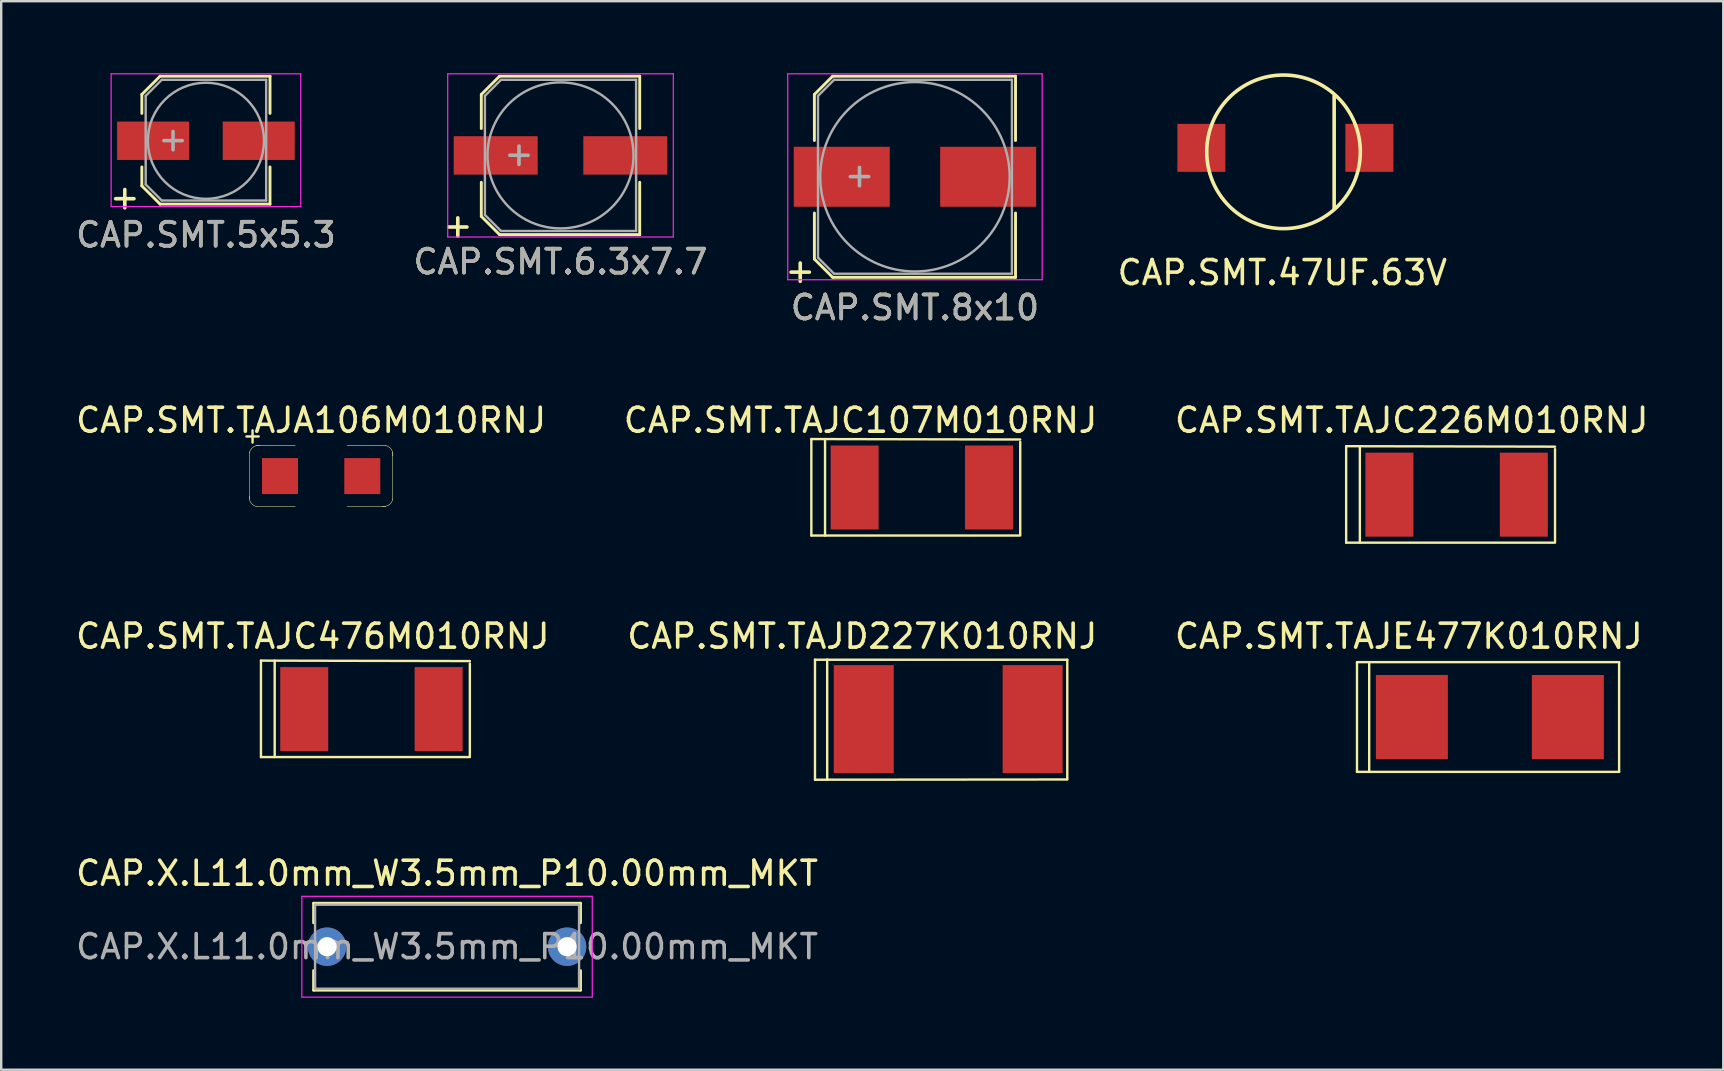
<source format=kicad_pcb>
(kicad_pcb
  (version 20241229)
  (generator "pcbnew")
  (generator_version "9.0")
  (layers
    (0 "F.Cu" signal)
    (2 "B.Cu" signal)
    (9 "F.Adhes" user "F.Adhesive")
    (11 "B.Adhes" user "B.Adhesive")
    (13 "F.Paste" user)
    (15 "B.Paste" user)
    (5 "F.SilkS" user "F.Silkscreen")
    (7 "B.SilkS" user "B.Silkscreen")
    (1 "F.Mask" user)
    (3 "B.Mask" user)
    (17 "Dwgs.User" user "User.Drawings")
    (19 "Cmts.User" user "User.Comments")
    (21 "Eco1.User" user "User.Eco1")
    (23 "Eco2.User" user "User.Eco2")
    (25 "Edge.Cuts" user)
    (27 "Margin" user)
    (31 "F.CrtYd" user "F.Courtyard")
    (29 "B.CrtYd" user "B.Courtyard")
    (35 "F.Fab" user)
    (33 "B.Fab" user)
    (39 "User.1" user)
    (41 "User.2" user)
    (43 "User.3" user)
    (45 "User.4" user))
  (footprint "CAP.X.L11.0mm_W3.5mm_P10.00mm_MKT"
    (layer "F.Cu")
    (at 15.53 36.522)
    (property "Reference" "CAP.X.L11.0mm_W3.5mm_P10.00mm_MKT" (at 0.047 -3.187 0) (layer "F.SilkS") (effects (font (size 1 1) (thickness 0.15))))
    (attr through_hole)
    (fp_line (start -5.513 -1.937) (end -5.513 -1.123) (stroke (width 0.12) (type solid)) (layer "F.SilkS"))
    (fp_line (start -5.513 -1.937) (end 5.607 -1.937) (stroke (width 0.12) (type solid)) (layer "F.SilkS"))
    (fp_line (start -5.513 0.869) (end -5.513 1.683) (stroke (width 0.12) (type solid)) (layer "F.SilkS"))
    (fp_line (start -5.513 1.683) (end 5.607 1.683) (stroke (width 0.12) (type solid)) (layer "F.SilkS"))
    (fp_line (start 5.607 -1.937) (end 5.607 -1.123) (stroke (width 0.12) (type solid)) (layer "F.SilkS"))
    (fp_line (start 5.607 0.869) (end 5.607 1.683) (stroke (width 0.12) (type solid)) (layer "F.SilkS"))
    (fp_line (start -6.003 -2.227) (end -6.003 1.973) (stroke (width 0.05) (type solid)) (layer "F.CrtYd"))
    (fp_line (start -6.003 1.973) (end 6.097 1.973) (stroke (width 0.05) (type solid)) (layer "F.CrtYd"))
    (fp_line (start 6.097 -2.227) (end -6.003 -2.227) (stroke (width 0.05) (type solid)) (layer "F.CrtYd"))
    (fp_line (start 6.097 1.973) (end 6.097 -2.227) (stroke (width 0.05) (type solid)) (layer "F.CrtYd"))
    (fp_line (start -5.453 -1.877) (end -5.453 1.623) (stroke (width 0.1) (type solid)) (layer "F.Fab"))
    (fp_line (start -5.453 1.623) (end 5.547 1.623) (stroke (width 0.1) (type solid)) (layer "F.Fab"))
    (fp_line (start 5.547 -1.877) (end -5.453 -1.877) (stroke (width 0.1) (type solid)) (layer "F.Fab"))
    (fp_line (start 5.547 1.623) (end 5.547 -1.877) (stroke (width 0.1) (type solid)) (layer "F.Fab"))
    (fp_text user "${REFERENCE}" (at 0.047 -0.127 0) (layer "F.Fab") (effects (font (size 1 1) (thickness 0.15))))
    (pad "1" thru_hole circle (at -4.953 -0.127) (size 1.6 1.6) (drill 0.8) (layers "*.Cu" "*.Mask"))
    (pad "2" thru_hole circle (at 5.047 -0.127) (size 1.6 1.6) (drill 0.8) (layers "*.Cu" "*.Mask")))
  (footprint "CAP.SMT.5x5.3"
    (layer "F.Cu")
    (at 5.53 2.815)
    (property "Reference" "CAP.SMT.5x5.3" (at 0 3.92 0) (layer "F.SilkS") (effects (font (size 1 1) (thickness 0.15))))
    (attr smd)
    (fp_line (start -2.67 -1.93) (end -2.67 -1.14) (stroke (width 0.12) (type solid)) (layer "F.SilkS"))
    (fp_line (start -2.67 1.88) (end -2.67 1.09) (stroke (width 0.12) (type solid)) (layer "F.SilkS"))
    (fp_line (start -2.67 1.88) (end -1.91 2.64) (stroke (width 0.12) (type solid)) (layer "F.SilkS"))
    (fp_line (start -1.91 -2.69) (end -2.67 -1.93) (stroke (width 0.12) (type solid)) (layer "F.SilkS"))
    (fp_line (start -1.91 2.64) (end 2.67 2.64) (stroke (width 0.12) (type solid)) (layer "F.SilkS"))
    (fp_line (start 2.67 -2.69) (end -1.91 -2.69) (stroke (width 0.12) (type solid)) (layer "F.SilkS"))
    (fp_line (start 2.67 -2.69) (end 2.67 -1.14) (stroke (width 0.12) (type solid)) (layer "F.SilkS"))
    (fp_line (start 2.67 2.64) (end 2.67 1.09) (stroke (width 0.12) (type solid)) (layer "F.SilkS"))
    (fp_line (start -3.95 -2.79) (end -3.95 2.74) (stroke (width 0.05) (type solid)) (layer "F.CrtYd"))
    (fp_line (start -3.95 -2.79) (end 3.95 -2.79) (stroke (width 0.05) (type solid)) (layer "F.CrtYd"))
    (fp_line (start 3.95 2.74) (end -3.95 2.74) (stroke (width 0.05) (type solid)) (layer "F.CrtYd"))
    (fp_line (start 3.95 2.74) (end 3.95 -2.79) (stroke (width 0.05) (type solid)) (layer "F.CrtYd"))
    (fp_line (start -2.51 -1.87) (end -2.51 1.82) (stroke (width 0.1) (type solid)) (layer "F.Fab"))
    (fp_line (start -2.51 1.82) (end -1.84 2.49) (stroke (width 0.1) (type solid)) (layer "F.Fab"))
    (fp_line (start -1.84 -2.54) (end -2.51 -1.87) (stroke (width 0.1) (type solid)) (layer "F.Fab"))
    (fp_line (start -1.84 2.49) (end 2.51 2.49) (stroke (width 0.1) (type solid)) (layer "F.Fab"))
    (fp_line (start 2.51 -2.54) (end -1.84 -2.54) (stroke (width 0.1) (type solid)) (layer "F.Fab"))
    (fp_line (start 2.51 2.49) (end 2.51 -2.54) (stroke (width 0.1) (type solid)) (layer "F.Fab"))
    (fp_circle (center 0 0) (end 0.3 2.4) (stroke (width 0.1) (type solid)) (fill no) (layer "F.Fab"))
    (fp_text user "+" (at -3.38 2.34 0) (layer "F.SilkS") (effects (font (size 1 1) (thickness 0.15))))
    (fp_text user "+" (at -1.37 -0.08 0) (layer "F.Fab") (effects (font (size 1 1) (thickness 0.15))))
    (fp_text user "${REFERENCE}" (at 0 3.92 0) (layer "F.Fab") (effects (font (size 1 1) (thickness 0.15))))
    (pad "1" smd rect (at -2.2 0 180) (size 3 1.6) (layers "F.Cu" "F.Mask" "F.Paste"))
    (pad "2" smd rect (at 2.2 0 180) (size 3 1.6) (layers "F.Cu" "F.Mask" "F.Paste")))
  (footprint "CAP.SMT.TAJE477K010RNJ"
    (layer "F.Cu")
    (at 58.887 26.888)
    (property "Reference" "CAP.SMT.TAJE477K010RNJ" (at -3.239 -3.429 0) (layer "F.SilkS") (effects (font (size 1 1) (thickness 0.15))))
    (attr through_hole)
    (fp_line (start -5.397 -2.349) (end 5.524 -2.349) (stroke (width 0.1) (type solid)) (layer "F.SilkS"))
    (fp_line (start -5.397 2.223) (end -5.397 -2.349) (stroke (width 0.1) (type solid)) (layer "F.SilkS"))
    (fp_line (start -5.397 2.223) (end 5.524 2.223) (stroke (width 0.1) (type solid)) (layer "F.SilkS"))
    (fp_line (start -4.889 2.223) (end -4.889 -2.349) (stroke (width 0.1) (type solid)) (layer "F.SilkS"))
    (fp_line (start 5.524 2.223) (end 5.524 -2.349) (stroke (width 0.1) (type solid)) (layer "F.SilkS"))
    (pad "1" smd rect (at -3.111 -0.064 90) (size 3.5 3) (layers "F.Cu" "F.Mask" "F.Paste"))
    (pad "2" smd rect (at 3.389 -0.064 90) (size 3.5 3) (layers "F.Cu" "F.Mask" "F.Paste")))
  (footprint "CAP.SMT.47UF.63V"
    (layer "F.Cu")
    (at 50.379 3.11)
    (property "Reference" "CAP.SMT.47UF.63V" (at 0 5.199 0) (layer "F.SilkS") (effects (font (size 1 1) (thickness 0.15))))
    (attr through_hole)
    (fp_line (start 2.159 2.54) (end 2.159 -2.159) (stroke (width 0.15) (type solid)) (layer "F.SilkS"))
    (fp_circle (center 0.05 0.166) (end 3.25 0.166) (stroke (width 0.15) (type solid)) (fill no) (layer "F.SilkS"))
    (pad "1" smd rect (at -3.373 0 90) (size 2 2) (layers "F.Cu" "F.Mask" "F.Paste"))
    (pad "2" smd rect (at 3.627 0 90) (size 2 2) (layers "F.Cu" "F.Mask" "F.Paste")))
  (footprint "CAP.SMT.TAJC107M010RNJ"
    (layer "F.Cu")
    (at 35.454 17.262)
    (property "Reference" "CAP.SMT.TAJC107M010RNJ" (at -2.65 -2.8 0) (layer "F.SilkS") (effects (font (size 1 1) (thickness 0.15))))
    (attr through_hole)
    (fp_line (start -4.699 -2.019) (end 4.004 -2) (stroke (width 0.1) (type solid)) (layer "F.SilkS"))
    (fp_line (start -4.699 2) (end -4.699 -2.019) (stroke (width 0.1) (type solid)) (layer "F.SilkS"))
    (fp_line (start -4.699 2) (end 4.004 2) (stroke (width 0.1) (type solid)) (layer "F.SilkS"))
    (fp_line (start -4.128 2) (end -4.128 -2.019) (stroke (width 0.1) (type solid)) (layer "F.SilkS"))
    (fp_line (start 4.004 1.961) (end 4.004 -1.9) (stroke (width 0.1) (type solid)) (layer "F.SilkS"))
    (pad "1" smd rect (at -2.896 0 90) (size 3.5 2) (layers "F.Cu" "F.Mask" "F.Paste"))
    (pad "2" smd rect (at 2.704 0 90) (size 3.5 2) (layers "F.Cu" "F.Mask" "F.Paste")))
  (footprint "CAP.SMT.6.3x7.7"
    (layer "F.Cu")
    (at 20.304 3.425)
    (property "Reference" "CAP.SMT.6.3x7.7" (at 0 4.43 0) (layer "F.SilkS") (effects (font (size 1 1) (thickness 0.15))))
    (attr smd)
    (fp_line (start -3.3 -2.54) (end -3.3 -1.12) (stroke (width 0.12) (type solid)) (layer "F.SilkS"))
    (fp_line (start -3.3 -2.54) (end -2.54 -3.3) (stroke (width 0.12) (type solid)) (layer "F.SilkS"))
    (fp_line (start -3.3 2.54) (end -3.3 1.12) (stroke (width 0.12) (type solid)) (layer "F.SilkS"))
    (fp_line (start -2.54 -3.3) (end 3.3 -3.3) (stroke (width 0.12) (type solid)) (layer "F.SilkS"))
    (fp_line (start -2.54 3.3) (end -3.3 2.54) (stroke (width 0.12) (type solid)) (layer "F.SilkS"))
    (fp_line (start 3.3 -3.3) (end 3.3 -1.12) (stroke (width 0.12) (type solid)) (layer "F.SilkS"))
    (fp_line (start 3.3 3.3) (end -2.54 3.3) (stroke (width 0.12) (type solid)) (layer "F.SilkS"))
    (fp_line (start 3.3 3.3) (end 3.3 1.12) (stroke (width 0.12) (type solid)) (layer "F.SilkS"))
    (fp_line (start -4.7 -3.4) (end -4.7 3.4) (stroke (width 0.05) (type solid)) (layer "F.CrtYd"))
    (fp_line (start -4.7 -3.4) (end 4.7 -3.4) (stroke (width 0.05) (type solid)) (layer "F.CrtYd"))
    (fp_line (start 4.7 3.4) (end -4.7 3.4) (stroke (width 0.05) (type solid)) (layer "F.CrtYd"))
    (fp_line (start 4.7 3.4) (end 4.7 -3.4) (stroke (width 0.05) (type solid)) (layer "F.CrtYd"))
    (fp_line (start -3.15 -2.48) (end -3.15 2.48) (stroke (width 0.1) (type solid)) (layer "F.Fab"))
    (fp_line (start -3.15 2.48) (end -2.48 3.15) (stroke (width 0.1) (type solid)) (layer "F.Fab"))
    (fp_line (start -2.48 -3.15) (end -3.15 -2.48) (stroke (width 0.1) (type solid)) (layer "F.Fab"))
    (fp_line (start -2.48 3.15) (end 3.15 3.15) (stroke (width 0.1) (type solid)) (layer "F.Fab"))
    (fp_line (start 3.15 -3.15) (end -2.48 -3.15) (stroke (width 0.1) (type solid)) (layer "F.Fab"))
    (fp_line (start 3.15 3.15) (end 3.15 -3.15) (stroke (width 0.1) (type solid)) (layer "F.Fab"))
    (fp_circle (center 0 0) (end 0.5 3) (stroke (width 0.1) (type solid)) (fill no) (layer "F.Fab"))
    (fp_text user "+" (at -4.28 2.91 0) (layer "F.SilkS") (effects (font (size 1 1) (thickness 0.15))))
    (fp_text user "${REFERENCE}" (at 0 4.43 0) (layer "F.Fab") (effects (font (size 1 1) (thickness 0.15))))
    (fp_text user "+" (at -1.73 -0.08 0) (layer "F.Fab") (effects (font (size 1 1) (thickness 0.15))))
    (pad "1" smd rect (at -2.7 0 180) (size 3.5 1.6) (layers "F.Cu" "F.Mask" "F.Paste"))
    (pad "2" smd rect (at 2.7 0 180) (size 3.5 1.6) (layers "F.Cu" "F.Mask" "F.Paste")))
  (footprint "CAP.SMT.TAJA106M010RNJ"
    (layer "F.Cu")
    (at 10.419 16.875)
    (property "Reference" "CAP.SMT.TAJA106M010RNJ" (at -0.508 -2.413 0) (layer "F.SilkS") (effects (font (size 1 1) (thickness 0.15))))
    (attr through_hole)
    (fp_line (start -3.2 -1.74) (end -2.692 -1.74) (stroke (width 0.1) (type solid)) (layer "F.SilkS"))
    (fp_line (start -3.073 0.877) (end -3.073 -1.093) (stroke (width 0.02) (type solid)) (layer "F.SilkS"))
    (fp_line (start -2.946 -1.486) (end -2.946 -1.994) (stroke (width 0.1) (type solid)) (layer "F.SilkS"))
    (fp_line (start -2.807 -1.359) (end -1.168 -1.359) (stroke (width 0.02) (type solid)) (layer "F.SilkS"))
    (fp_line (start -2.769 1.181) (end -1.168 1.181) (stroke (width 0.02) (type solid)) (layer "F.SilkS"))
    (fp_line (start 0.991 -1.359) (end 2.616 -1.359) (stroke (width 0.02) (type solid)) (layer "F.SilkS"))
    (fp_line (start 0.991 1.181) (end 2.603 1.181) (stroke (width 0.02) (type solid)) (layer "F.SilkS"))
    (fp_line (start 2.896 0.889) (end 2.896 -1.079) (stroke (width 0.02) (type solid)) (layer "F.SilkS"))
    (fp_arc (start -3.07295 -1.054373) (mid -2.920198 -1.296004) (end -2.641327 -1.35885) (stroke (width 0.02) (type solid)) (layer "F.SilkS"))
    (fp_arc (start -2.768863 1.18105) (mid -3.010494 1.028298) (end -3.07334 0.749427) (stroke (width 0.02) (type solid)) (layer "F.SilkS"))
    (fp_arc (start 2.591473 -1.35845) (mid 2.833104 -1.205698) (end 2.89595 -0.926827) (stroke (width 0.02) (type solid)) (layer "F.SilkS"))
    (fp_arc (start 2.89595 0.863873) (mid 2.743198 1.105504) (end 2.464327 1.16835) (stroke (width 0.02) (type solid)) (layer "F.SilkS"))
    (pad "1" smd rect (at -1.803 -0.089) (size 1.5 1.5) (layers "F.Cu" "F.Mask" "F.Paste"))
    (pad "2" smd rect (at 1.626 -0.089) (size 1.5 1.5) (layers "F.Cu" "F.Mask" "F.Paste")))
  (footprint "CAP.SMT.TAJD227K010RNJ"
    (layer "F.Cu")
    (at 36.495 27.065)
    (property "Reference" "CAP.SMT.TAJD227K010RNJ" (at -3.619 -3.607 0) (layer "F.SilkS") (effects (font (size 1 1) (thickness 0.15))))
    (attr through_hole)
    (fp_line (start -5.588 -2.628) (end 4.923 -2.628) (stroke (width 0.1) (type solid)) (layer "F.SilkS"))
    (fp_line (start -5.588 2.372) (end -5.588 -2.628) (stroke (width 0.1) (type solid)) (layer "F.SilkS"))
    (fp_line (start -5.588 2.372) (end 4.92 2.362) (stroke (width 0.1) (type solid)) (layer "F.SilkS"))
    (fp_line (start -5.08 2.362) (end -5.08 -2.638) (stroke (width 0.1) (type solid)) (layer "F.SilkS"))
    (fp_line (start 4.923 2.348) (end 4.923 -2.628) (stroke (width 0.1) (type solid)) (layer "F.SilkS"))
    (pad "1" smd rect (at -3.556 -0.152 90) (size 4.5 2.5) (layers "F.Cu" "F.Mask" "F.Paste"))
    (pad "2" smd rect (at 3.48 -0.152 90) (size 4.5 2.5) (layers "F.Cu" "F.Mask" "F.Paste")))
  (footprint "CAP.SMT.8x10"
    (layer "F.Cu")
    (at 35.072 4.315)
    (property "Reference" "CAP.SMT.8x10" (at 0 5.45 0) (layer "F.SilkS") (effects (font (size 1 1) (thickness 0.15))))
    (attr smd)
    (fp_line (start -4.19 -3.43) (end -4.19 -1.51) (stroke (width 0.12) (type solid)) (layer "F.SilkS"))
    (fp_line (start -4.19 -3.43) (end -3.43 -4.19) (stroke (width 0.12) (type solid)) (layer "F.SilkS"))
    (fp_line (start -4.19 3.43) (end -4.19 1.51) (stroke (width 0.12) (type solid)) (layer "F.SilkS"))
    (fp_line (start -3.43 -4.19) (end 4.19 -4.19) (stroke (width 0.12) (type solid)) (layer "F.SilkS"))
    (fp_line (start -3.43 4.19) (end -4.19 3.43) (stroke (width 0.12) (type solid)) (layer "F.SilkS"))
    (fp_line (start 4.19 -4.19) (end 4.19 -1.51) (stroke (width 0.12) (type solid)) (layer "F.SilkS"))
    (fp_line (start 4.19 4.19) (end -3.43 4.19) (stroke (width 0.12) (type solid)) (layer "F.SilkS"))
    (fp_line (start 4.19 4.19) (end 4.19 1.51) (stroke (width 0.12) (type solid)) (layer "F.SilkS"))
    (fp_line (start -5.3 -4.29) (end -5.3 4.29) (stroke (width 0.05) (type solid)) (layer "F.CrtYd"))
    (fp_line (start -5.3 -4.29) (end 5.3 -4.29) (stroke (width 0.05) (type solid)) (layer "F.CrtYd"))
    (fp_line (start 5.3 4.29) (end -5.3 4.29) (stroke (width 0.05) (type solid)) (layer "F.CrtYd"))
    (fp_line (start 5.3 4.29) (end 5.3 -4.29) (stroke (width 0.05) (type solid)) (layer "F.CrtYd"))
    (fp_line (start -4.04 -3.37) (end -4.04 3.37) (stroke (width 0.1) (type solid)) (layer "F.Fab"))
    (fp_line (start -4.04 3.37) (end -3.37 4.04) (stroke (width 0.1) (type solid)) (layer "F.Fab"))
    (fp_line (start -3.37 -4.04) (end -4.04 -3.37) (stroke (width 0.1) (type solid)) (layer "F.Fab"))
    (fp_line (start -3.37 4.04) (end 4.04 4.04) (stroke (width 0.1) (type solid)) (layer "F.Fab"))
    (fp_line (start 4.04 -4.04) (end -3.37 -4.04) (stroke (width 0.1) (type solid)) (layer "F.Fab"))
    (fp_line (start 4.04 4.04) (end 4.04 -4.04) (stroke (width 0.1) (type solid)) (layer "F.Fab"))
    (fp_circle (center 0 0) (end -0.6 3.9) (stroke (width 0.1) (type solid)) (fill no) (layer "F.Fab"))
    (fp_text user "+" (at -4.78 3.9 0) (layer "F.SilkS") (effects (font (size 1 1) (thickness 0.15))))
    (fp_text user "+" (at -2.31 -0.08 0) (layer "F.Fab") (effects (font (size 1 1) (thickness 0.15))))
    (fp_text user "${REFERENCE}" (at 0 5.45 0) (layer "F.Fab") (effects (font (size 1 1) (thickness 0.15))))
    (pad "1" smd rect (at -3.05 0 180) (size 4 2.5) (layers "F.Cu" "F.Mask" "F.Paste"))
    (pad "2" smd rect (at 3.05 0 180) (size 4 2.5) (layers "F.Cu" "F.Mask" "F.Paste")))
  (footprint "CAP.SMT.TAJC476M010RNJ"
    (layer "F.Cu")
    (at 12.268 26.57)
    (property "Reference" "CAP.SMT.TAJC476M010RNJ" (at -2.286 -3.111 0) (layer "F.SilkS") (effects (font (size 1 1) (thickness 0.15))))
    (attr through_hole)
    (fp_line (start -4.445 -2.095) (end 4.258 -2.076) (stroke (width 0.1) (type solid)) (layer "F.SilkS"))
    (fp_line (start -4.445 1.924) (end -4.445 -2.095) (stroke (width 0.1) (type solid)) (layer "F.SilkS"))
    (fp_line (start -4.445 1.924) (end 4.258 1.924) (stroke (width 0.1) (type solid)) (layer "F.SilkS"))
    (fp_line (start -3.873 1.924) (end -3.873 -2.095) (stroke (width 0.1) (type solid)) (layer "F.SilkS"))
    (fp_line (start 4.258 1.885) (end 4.258 -1.976) (stroke (width 0.1) (type solid)) (layer "F.SilkS"))
    (pad "1" smd rect (at -2.642 -0.076 90) (size 3.5 2) (layers "F.Cu" "F.Mask" "F.Paste"))
    (pad "2" smd rect (at 2.958 -0.076 90) (size 3.5 2) (layers "F.Cu" "F.Mask" "F.Paste")))
  (footprint "CAP.SMT.TAJC226M010RNJ"
    (layer "F.Cu")
    (at 57.546 17.56)
    (property "Reference" "CAP.SMT.TAJC226M010RNJ" (at -1.778 -3.099 0) (layer "F.SilkS") (effects (font (size 1 1) (thickness 0.15))))
    (attr through_hole)
    (fp_line (start -4.508 -2.019) (end 4.195 -2) (stroke (width 0.1) (type solid)) (layer "F.SilkS"))
    (fp_line (start -4.508 2) (end -4.508 -2.019) (stroke (width 0.1) (type solid)) (layer "F.SilkS"))
    (fp_line (start -4.508 2) (end 4.195 2) (stroke (width 0.1) (type solid)) (layer "F.SilkS"))
    (fp_line (start -3.937 2) (end -3.937 -2.019) (stroke (width 0.1) (type solid)) (layer "F.SilkS"))
    (fp_line (start 4.195 1.961) (end 4.195 -1.9) (stroke (width 0.1) (type solid)) (layer "F.SilkS"))
    (pad "1" smd rect (at -2.705 0 90) (size 3.5 2) (layers "F.Cu" "F.Mask" "F.Paste"))
    (pad "2" smd rect (at 2.895 0 90) (size 3.5 2) (layers "F.Cu" "F.Mask" "F.Paste")))
  (gr_rect
    (start -3 -3)
    (end 68.75 41.52)
    (stroke (width 0.1) (type default))
    (fill no)
    (layer "Edge.Cuts")))
</source>
